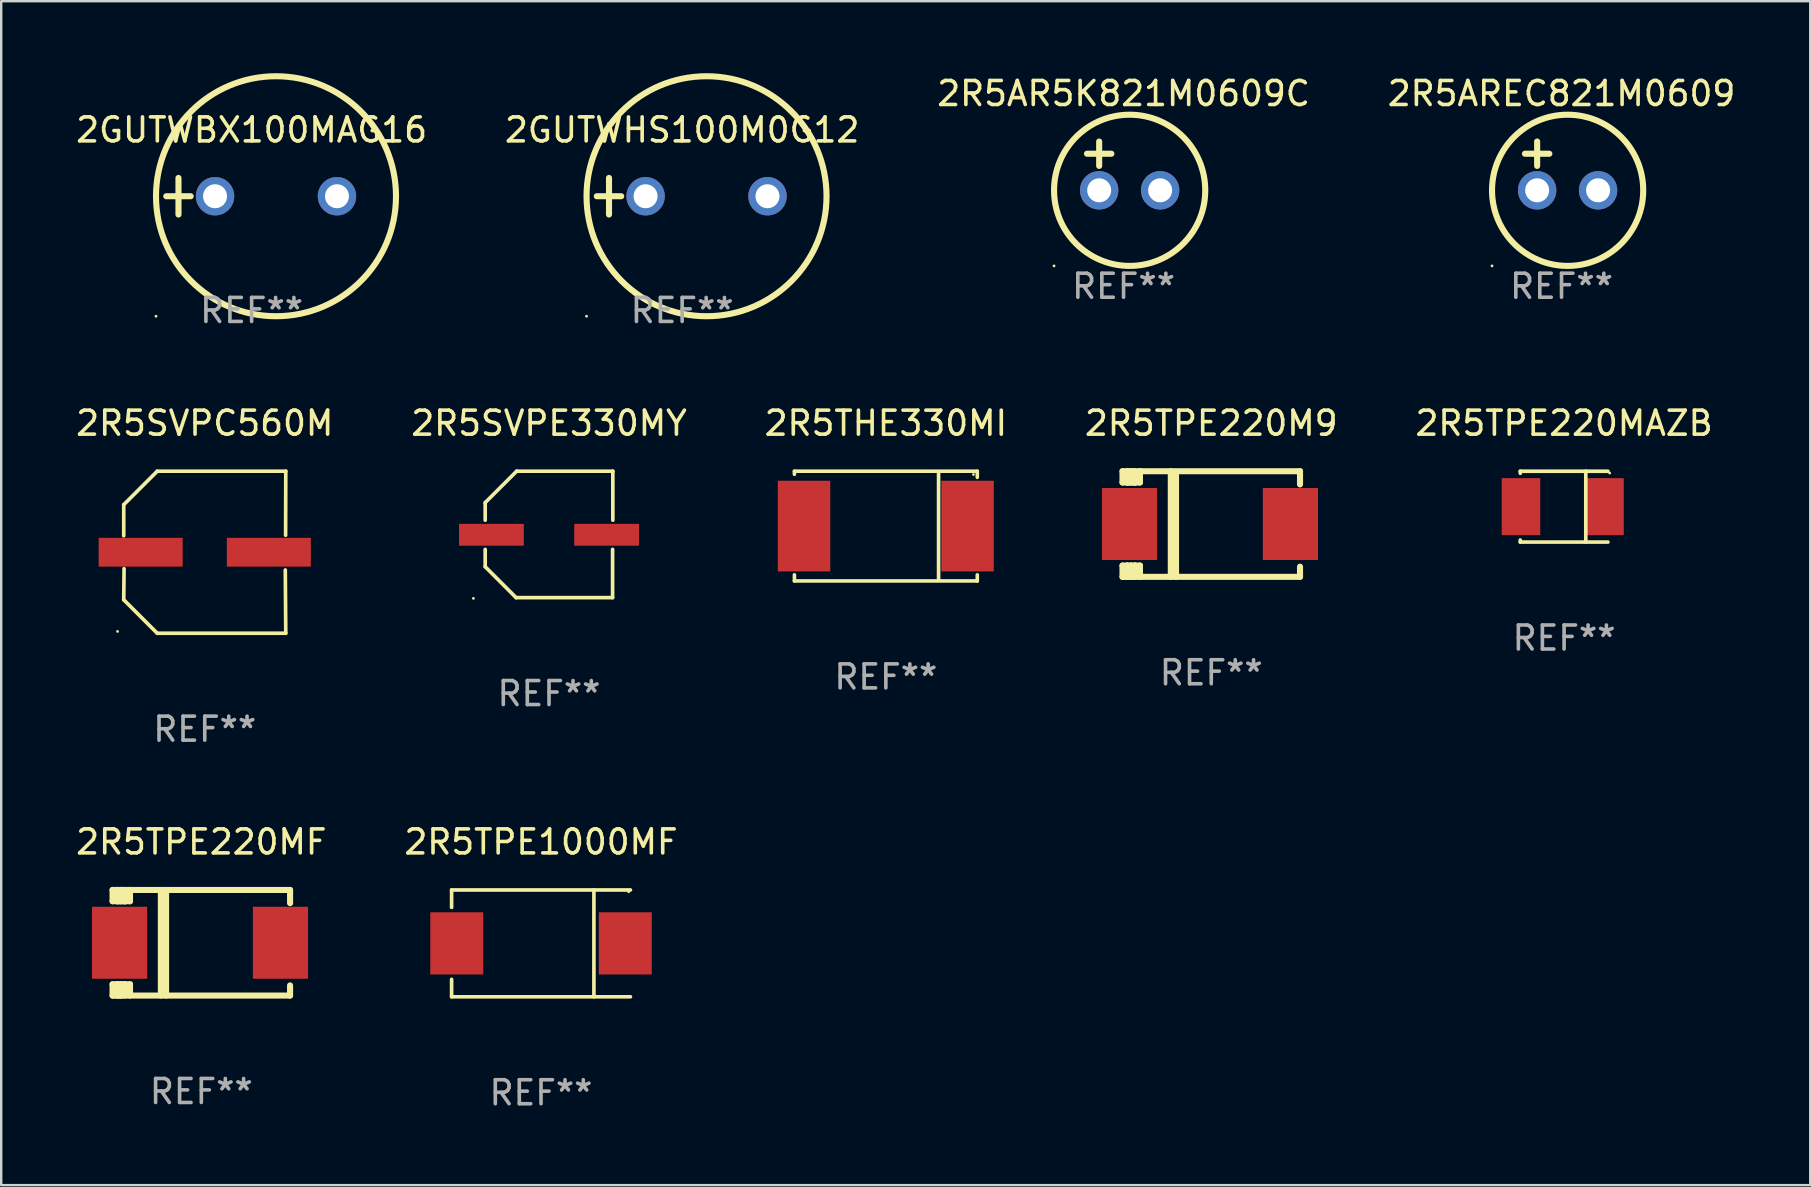
<source format=kicad_pcb>
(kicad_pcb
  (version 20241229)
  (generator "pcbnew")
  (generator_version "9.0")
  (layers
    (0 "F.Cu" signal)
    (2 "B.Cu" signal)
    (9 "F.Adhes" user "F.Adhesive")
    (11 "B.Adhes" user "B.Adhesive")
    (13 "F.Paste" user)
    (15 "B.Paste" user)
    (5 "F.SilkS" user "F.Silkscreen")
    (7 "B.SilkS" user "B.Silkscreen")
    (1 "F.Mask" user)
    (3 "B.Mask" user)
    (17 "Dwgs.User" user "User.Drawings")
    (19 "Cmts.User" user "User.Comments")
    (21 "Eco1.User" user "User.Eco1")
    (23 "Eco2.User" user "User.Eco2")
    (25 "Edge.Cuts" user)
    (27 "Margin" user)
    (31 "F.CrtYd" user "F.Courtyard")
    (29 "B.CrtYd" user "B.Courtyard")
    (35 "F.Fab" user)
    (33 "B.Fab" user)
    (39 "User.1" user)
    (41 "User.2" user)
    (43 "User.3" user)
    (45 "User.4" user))
  (footprint "2R5SVPC560M"
    (layer "F.Cu")
    (at 5.482 19.961)
    (property "Reference" "2R5SVPC560M" (at 0 -5.376 0) (layer "F.SilkS") (effects (font (size 1 1) (thickness 0.15))))
    (attr through_hole)
    (fp_line (start -3.376 -1.98) (end -3.376 -0.686) (stroke (width 0.152) (type solid)) (layer "F.SilkS"))
    (fp_line (start -3.376 1.981) (end -3.362 0.686) (stroke (width 0.152) (type solid)) (layer "F.SilkS"))
    (fp_line (start -1.981 3.376) (end -3.376 1.981) (stroke (width 0.152) (type solid)) (layer "F.SilkS"))
    (fp_line (start -1.98 -3.376) (end -3.376 -1.98) (stroke (width 0.152) (type solid)) (layer "F.SilkS"))
    (fp_line (start 3.356 0.74) (end 3.376 3.376) (stroke (width 0.152) (type solid)) (layer "F.SilkS"))
    (fp_line (start 3.369 -0.707) (end 3.376 -3.376) (stroke (width 0.152) (type solid)) (layer "F.SilkS"))
    (fp_line (start 3.376 3.376) (end -1.981 3.376) (stroke (width 0.152) (type solid)) (layer "F.SilkS"))
    (fp_line (start 3.376 -3.376) (end -1.98 -3.376) (stroke (width 0.152) (type solid)) (layer "F.SilkS"))
    (fp_circle (center -3.634 3.3) (end -3.604 3.3) (stroke (width 0.06) (type solid)) (fill no) (layer "F.SilkS"))
    (fp_text user "REF**" (at 0 7.376 0) (layer "F.Fab") (effects (font (size 1 1) (thickness 0.15))))
    (pad "1" smd rect (at -2.67 0.000254) (size 3.5 1.2) (layers "F.Cu" "F.Mask" "F.Paste"))
    (pad "2" smd rect (at 2.67 0.000254) (size 3.5 1.2) (layers "F.Cu" "F.Mask" "F.Paste")))
  (footprint "2R5TPE220M9"
    (layer "F.Cu")
    (at 47.423 18.786)
    (property "Reference" "2R5TPE220M9" (at 0 -4.2 0) (layer "F.SilkS") (effects (font (size 1 1) (thickness 0.15))))
    (attr through_hole)
    (fp_line (start -3.698 -2.2) (end -3.502 -2.2) (stroke (width 0.254) (type solid)) (layer "F.SilkS"))
    (fp_line (start -3.698 -1.731) (end -3.698 -2.2) (stroke (width 0.254) (type solid)) (layer "F.SilkS"))
    (fp_line (start -3.698 -1.731) (end -3.502 -1.731) (stroke (width 0.254) (type solid)) (layer "F.SilkS"))
    (fp_line (start -3.698 1.731) (end -3.502 1.731) (stroke (width 0.254) (type solid)) (layer "F.SilkS"))
    (fp_line (start -3.698 2.2) (end -3.698 1.731) (stroke (width 0.254) (type solid)) (layer "F.SilkS"))
    (fp_line (start -3.66 2.2) (end -3.698 2.2) (stroke (width 0.254) (type solid)) (layer "F.SilkS"))
    (fp_line (start -3.66 2.2) (end -3.346 2.2) (stroke (width 0.254) (type solid)) (layer "F.SilkS"))
    (fp_line (start -3.502 -2.2) (end 3.698 -2.2) (stroke (width 0.254) (type solid)) (layer "F.SilkS"))
    (fp_line (start -3.502 -1.731) (end -3.502 -2.2) (stroke (width 0.254) (type solid)) (layer "F.SilkS"))
    (fp_line (start -3.502 1.731) (end -3.502 1.778) (stroke (width 0.254) (type solid)) (layer "F.SilkS"))
    (fp_line (start -3.502 1.731) (end -3.178 1.731) (stroke (width 0.254) (type solid)) (layer "F.SilkS"))
    (fp_line (start -3.502 1.778) (end -3.502 1.731) (stroke (width 0.254) (type solid)) (layer "F.SilkS"))
    (fp_line (start -3.502 2.2) (end -3.502 1.778) (stroke (width 0.254) (type solid)) (layer "F.SilkS"))
    (fp_line (start -3.502 2.2) (end 3.698 2.2) (stroke (width 0.254) (type solid)) (layer "F.SilkS"))
    (fp_line (start -3.367 -2.2) (end -3.367 -1.731) (stroke (width 0.254) (type solid)) (layer "F.SilkS"))
    (fp_line (start -3.346 1.731) (end -3.346 2.2) (stroke (width 0.254) (type solid)) (layer "F.SilkS"))
    (fp_line (start -3.346 2.2) (end -3.346 2.2) (stroke (width 0.254) (type solid)) (layer "F.SilkS"))
    (fp_line (start -3.332 1.731) (end -3.346 1.731) (stroke (width 0.254) (type solid)) (layer "F.SilkS"))
    (fp_line (start -3.303 -2.2) (end -3.367 -2.2) (stroke (width 0.254) (type solid)) (layer "F.SilkS"))
    (fp_line (start -3.179 -1.731) (end -3.179 -1.731) (stroke (width 0.254) (type solid)) (layer "F.SilkS"))
    (fp_line (start -3.179 1.731) (end -3.179 2.2) (stroke (width 0.254) (type solid)) (layer "F.SilkS"))
    (fp_line (start -3.178 -1.731) (end -3.502 -1.731) (stroke (width 0.254) (type solid)) (layer "F.SilkS"))
    (fp_line (start -3.178 -1.731) (end -3.179 -1.731) (stroke (width 0.254) (type solid)) (layer "F.SilkS"))
    (fp_line (start -3.178 -1.731) (end -3.178 -2.2) (stroke (width 0.254) (type solid)) (layer "F.SilkS"))
    (fp_line (start -3.178 1.731) (end -3.178 1.731) (stroke (width 0.254) (type solid)) (layer "F.SilkS"))
    (fp_line (start -2.972 -2.2) (end -2.972 -1.731) (stroke (width 0.254) (type solid)) (layer "F.SilkS"))
    (fp_line (start -2.972 -1.731) (end -3.502 -1.731) (stroke (width 0.254) (type solid)) (layer "F.SilkS"))
    (fp_line (start -2.972 1.731) (end -3.179 1.731) (stroke (width 0.254) (type solid)) (layer "F.SilkS"))
    (fp_line (start -2.972 1.731) (end -2.972 2.2) (stroke (width 0.254) (type solid)) (layer "F.SilkS"))
    (fp_line (start -2.957 -2.2) (end -2.972 -2.2) (stroke (width 0.254) (type solid)) (layer "F.SilkS"))
    (fp_line (start -1.686 -2.2) (end -1.686 2.2) (stroke (width 0.254) (type solid)) (layer "F.SilkS"))
    (fp_line (start -1.469 -2.159) (end -1.469 2.2) (stroke (width 0.254) (type solid)) (layer "F.SilkS"))
    (fp_line (start -1.452 -2.159) (end -1.469 -2.159) (stroke (width 0.254) (type solid)) (layer "F.SilkS"))
    (fp_line (start 3.698 -2.2) (end 3.698 -1.651) (stroke (width 0.254) (type solid)) (layer "F.SilkS"))
    (fp_line (start 3.698 2.2) (end 3.698 1.778) (stroke (width 0.254) (type solid)) (layer "F.SilkS"))
    (fp_circle (center -3.552 2.15) (end -3.522 2.15) (stroke (width 0.06) (type solid)) (fill no) (layer "F.SilkS"))
    (fp_text user "REF**" (at 0 6.2 0) (layer "F.Fab") (effects (font (size 1 1) (thickness 0.15))))
    (pad "1" smd rect (at -3.407 0) (size 2.3 3) (layers "F.Cu" "F.Mask" "F.Paste"))
    (pad "2" smd rect (at 3.298 0) (size 2.3 3) (layers "F.Cu" "F.Mask" "F.Paste")))
  (footprint "2R5TPE1000MF"
    (layer "F.Cu")
    (at 19.494 36.26)
    (property "Reference" "2R5TPE1000MF" (at 0 -4.226 0) (layer "F.SilkS") (effects (font (size 1 1) (thickness 0.15))))
    (attr through_hole)
    (fp_line (start -3.726 -2.226) (end -3.726 -1.499) (stroke (width 0.152) (type solid)) (layer "F.SilkS"))
    (fp_line (start -3.726 -2.226) (end 3.726 -2.226) (stroke (width 0.152) (type solid)) (layer "F.SilkS"))
    (fp_line (start -3.726 2.226) (end -3.726 1.499) (stroke (width 0.152) (type solid)) (layer "F.SilkS"))
    (fp_line (start -3.726 2.226) (end 3.726 2.226) (stroke (width 0.152) (type solid)) (layer "F.SilkS"))
    (fp_line (start 2.204 -2.226) (end 2.204 2.226) (stroke (width 0.152) (type solid)) (layer "F.SilkS"))
    (fp_circle (center 3.65 -2.15) (end 3.68 -2.15) (stroke (width 0.06) (type solid)) (fill no) (layer "F.SilkS"))
    (fp_text user "REF**" (at 0 6.226 0) (layer "F.Fab") (effects (font (size 1 1) (thickness 0.15))))
    (pad "1" smd rect (at 3.511 0) (size 2.207 2.592) (layers "F.Cu" "F.Mask" "F.Paste"))
    (pad "2" smd rect (at -3.511 0) (size 2.207 2.592) (layers "F.Cu" "F.Mask" "F.Paste")))
  (footprint "2R5SVPE330MY"
    (layer "F.Cu")
    (at 19.827 19.219)
    (property "Reference" "2R5SVPE330MY" (at 0 -4.634 0) (layer "F.SilkS") (effects (font (size 1 1) (thickness 0.15))))
    (attr through_hole)
    (fp_line (start -2.659 -1.326) (end -2.659 -0.592) (stroke (width 0.152) (type solid)) (layer "F.SilkS"))
    (fp_line (start -2.659 1.346) (end -2.659 0.622) (stroke (width 0.152) (type solid)) (layer "F.SilkS"))
    (fp_line (start -1.372 2.634) (end -2.659 1.346) (stroke (width 0.152) (type solid)) (layer "F.SilkS"))
    (fp_line (start -1.349 -2.634) (end -2.659 -1.326) (stroke (width 0.152) (type solid)) (layer "F.SilkS"))
    (fp_line (start 2.649 0.622) (end 2.649 2.634) (stroke (width 0.152) (type solid)) (layer "F.SilkS"))
    (fp_line (start 2.649 2.634) (end -1.372 2.634) (stroke (width 0.152) (type solid)) (layer "F.SilkS"))
    (fp_line (start 2.659 -2.634) (end -1.349 -2.634) (stroke (width 0.152) (type solid)) (layer "F.SilkS"))
    (fp_line (start 2.659 -0.592) (end 2.659 -2.634) (stroke (width 0.152) (type solid)) (layer "F.SilkS"))
    (fp_circle (center -3.15 2.665) (end -3.12 2.665) (stroke (width 0.06) (type solid)) (fill no) (layer "F.SilkS"))
    (fp_text user "REF**" (at 0 6.634 0) (layer "F.Fab") (effects (font (size 1 1) (thickness 0.15))))
    (pad "1" smd rect (at -2.4 0.015) (size 2.7 0.91) (layers "F.Cu" "F.Mask" "F.Paste"))
    (pad "2" smd rect (at 2.4 0.015) (size 2.7 0.91) (layers "F.Cu" "F.Mask" "F.Paste")))
  (footprint "2GUTWBX100MAG16"
    (layer "F.Cu")
    (at 7.435 5.127)
    (property "Reference" "2GUTWBX100MAG16" (at 0 -2.762 0) (layer "F.SilkS") (effects (font (size 1 1) (thickness 0.15))))
    (attr through_hole)
    (fp_line (start -3.556 0) (end -2.54 0) (stroke (width 0.254) (type solid)) (layer "F.SilkS"))
    (fp_line (start -3.048 -0.762) (end -3.048 0.762) (stroke (width 0.254) (type solid)) (layer "F.SilkS"))
    (fp_circle (center -3.984 5) (end -3.954 5) (stroke (width 0.06) (type solid)) (fill no) (layer "F.SilkS"))
    (fp_circle (center 1.016 0) (end 6.016 0) (stroke (width 0.254) (type solid)) (fill no) (layer "F.SilkS"))
    (fp_text user "REF**" (at 0 4.762 0) (layer "F.Fab") (effects (font (size 1 1) (thickness 0.15))))
    (pad "1" thru_hole circle (at -1.524 0) (size 1.6 1.6) (drill 1) (layers "*.Cu" "*.Mask"))
    (pad "2" thru_hole circle (at 3.556 0) (size 1.6 1.6) (drill 1) (layers "*.Cu" "*.Mask")))
  (footprint "2R5TPE220MF"
    (layer "F.Cu")
    (at 5.339 36.234)
    (property "Reference" "2R5TPE220MF" (at 0 -4.2 0) (layer "F.SilkS") (effects (font (size 1 1) (thickness 0.15))))
    (attr through_hole)
    (fp_line (start -3.698 -2.2) (end -3.502 -2.2) (stroke (width 0.254) (type solid)) (layer "F.SilkS"))
    (fp_line (start -3.698 -1.731) (end -3.698 -2.2) (stroke (width 0.254) (type solid)) (layer "F.SilkS"))
    (fp_line (start -3.698 -1.731) (end -3.502 -1.731) (stroke (width 0.254) (type solid)) (layer "F.SilkS"))
    (fp_line (start -3.698 1.731) (end -3.502 1.731) (stroke (width 0.254) (type solid)) (layer "F.SilkS"))
    (fp_line (start -3.698 2.2) (end -3.698 1.731) (stroke (width 0.254) (type solid)) (layer "F.SilkS"))
    (fp_line (start -3.66 2.2) (end -3.698 2.2) (stroke (width 0.254) (type solid)) (layer "F.SilkS"))
    (fp_line (start -3.66 2.2) (end -3.346 2.2) (stroke (width 0.254) (type solid)) (layer "F.SilkS"))
    (fp_line (start -3.502 -2.2) (end 3.698 -2.2) (stroke (width 0.254) (type solid)) (layer "F.SilkS"))
    (fp_line (start -3.502 -1.731) (end -3.502 -2.2) (stroke (width 0.254) (type solid)) (layer "F.SilkS"))
    (fp_line (start -3.502 1.731) (end -3.502 1.778) (stroke (width 0.254) (type solid)) (layer "F.SilkS"))
    (fp_line (start -3.502 1.731) (end -3.178 1.731) (stroke (width 0.254) (type solid)) (layer "F.SilkS"))
    (fp_line (start -3.502 1.778) (end -3.502 1.731) (stroke (width 0.254) (type solid)) (layer "F.SilkS"))
    (fp_line (start -3.502 2.2) (end -3.502 1.778) (stroke (width 0.254) (type solid)) (layer "F.SilkS"))
    (fp_line (start -3.502 2.2) (end 3.698 2.2) (stroke (width 0.254) (type solid)) (layer "F.SilkS"))
    (fp_line (start -3.367 -2.2) (end -3.367 -1.731) (stroke (width 0.254) (type solid)) (layer "F.SilkS"))
    (fp_line (start -3.346 1.731) (end -3.346 2.2) (stroke (width 0.254) (type solid)) (layer "F.SilkS"))
    (fp_line (start -3.346 2.2) (end -3.346 2.2) (stroke (width 0.254) (type solid)) (layer "F.SilkS"))
    (fp_line (start -3.332 1.731) (end -3.346 1.731) (stroke (width 0.254) (type solid)) (layer "F.SilkS"))
    (fp_line (start -3.303 -2.2) (end -3.367 -2.2) (stroke (width 0.254) (type solid)) (layer "F.SilkS"))
    (fp_line (start -3.179 -1.731) (end -3.179 -1.731) (stroke (width 0.254) (type solid)) (layer "F.SilkS"))
    (fp_line (start -3.179 1.731) (end -3.179 2.2) (stroke (width 0.254) (type solid)) (layer "F.SilkS"))
    (fp_line (start -3.178 -1.731) (end -3.502 -1.731) (stroke (width 0.254) (type solid)) (layer "F.SilkS"))
    (fp_line (start -3.178 -1.731) (end -3.179 -1.731) (stroke (width 0.254) (type solid)) (layer "F.SilkS"))
    (fp_line (start -3.178 -1.731) (end -3.178 -2.2) (stroke (width 0.254) (type solid)) (layer "F.SilkS"))
    (fp_line (start -3.178 1.731) (end -3.178 1.731) (stroke (width 0.254) (type solid)) (layer "F.SilkS"))
    (fp_line (start -2.972 -2.2) (end -2.972 -1.731) (stroke (width 0.254) (type solid)) (layer "F.SilkS"))
    (fp_line (start -2.972 -1.731) (end -3.502 -1.731) (stroke (width 0.254) (type solid)) (layer "F.SilkS"))
    (fp_line (start -2.972 1.731) (end -3.179 1.731) (stroke (width 0.254) (type solid)) (layer "F.SilkS"))
    (fp_line (start -2.972 1.731) (end -2.972 2.2) (stroke (width 0.254) (type solid)) (layer "F.SilkS"))
    (fp_line (start -2.957 -2.2) (end -2.972 -2.2) (stroke (width 0.254) (type solid)) (layer "F.SilkS"))
    (fp_line (start -1.686 -2.2) (end -1.686 2.2) (stroke (width 0.254) (type solid)) (layer "F.SilkS"))
    (fp_line (start -1.469 -2.159) (end -1.469 2.2) (stroke (width 0.254) (type solid)) (layer "F.SilkS"))
    (fp_line (start -1.452 -2.159) (end -1.469 -2.159) (stroke (width 0.254) (type solid)) (layer "F.SilkS"))
    (fp_line (start 3.698 -2.2) (end 3.698 -1.651) (stroke (width 0.254) (type solid)) (layer "F.SilkS"))
    (fp_line (start 3.698 2.2) (end 3.698 1.778) (stroke (width 0.254) (type solid)) (layer "F.SilkS"))
    (fp_circle (center -3.552 2.15) (end -3.522 2.15) (stroke (width 0.06) (type solid)) (fill no) (layer "F.SilkS"))
    (fp_text user "REF**" (at 0 6.2 0) (layer "F.Fab") (effects (font (size 1 1) (thickness 0.15))))
    (pad "1" smd rect (at -3.407 0) (size 2.3 3) (layers "F.Cu" "F.Mask" "F.Paste"))
    (pad "2" smd rect (at 3.298 0) (size 2.3 3) (layers "F.Cu" "F.Mask" "F.Paste")))
  (footprint "2R5AREC821M0609"
    (layer "F.Cu")
    (at 62.018 3.864)
    (property "Reference" "2R5AREC821M0609" (at 0 -3.016 0) (layer "F.SilkS") (effects (font (size 1 1) (thickness 0.15))))
    (attr through_hole)
    (fp_line (start -1.524 -0.508) (end -0.508 -0.508) (stroke (width 0.254) (type solid)) (layer "F.SilkS"))
    (fp_line (start -1.016 -1.016) (end -1.016 0) (stroke (width 0.254) (type solid)) (layer "F.SilkS"))
    (fp_circle (center -2.896 4.166) (end -2.866 4.166) (stroke (width 0.06) (type solid)) (fill no) (layer "F.SilkS"))
    (fp_circle (center 0.254 1.016) (end 3.404 1.016) (stroke (width 0.254) (type solid)) (fill no) (layer "F.SilkS"))
    (fp_text user "REF**" (at 0 5.016 0) (layer "F.Fab") (effects (font (size 1 1) (thickness 0.15))))
    (pad "1" thru_hole circle (at -1.016 1.016) (size 1.6 1.6) (drill 1) (layers "*.Cu" "*.Mask"))
    (pad "2" thru_hole circle (at 1.524 1.016) (size 1.6 1.6) (drill 1) (layers "*.Cu" "*.Mask")))
  (footprint "2R5TPE220MAZB"
    (layer "F.Cu")
    (at 62.125 18.062)
    (property "Reference" "2R5TPE220MAZB" (at 0 -3.476 0) (layer "F.SilkS") (effects (font (size 1 1) (thickness 0.15))))
    (attr through_hole)
    (fp_line (start -1.826 -1.476) (end -1.826 -1.391) (stroke (width 0.152) (type solid)) (layer "F.SilkS"))
    (fp_line (start -1.826 -1.476) (end 1.826 -1.476) (stroke (width 0.152) (type solid)) (layer "F.SilkS"))
    (fp_line (start -1.826 1.476) (end -1.826 1.391) (stroke (width 0.152) (type solid)) (layer "F.SilkS"))
    (fp_line (start -1.826 1.476) (end 1.826 1.476) (stroke (width 0.152) (type solid)) (layer "F.SilkS"))
    (fp_line (start 0.904 -1.476) (end 0.904 1.476) (stroke (width 0.152) (type solid)) (layer "F.SilkS"))
    (fp_circle (center 1.899 -1.4) (end 1.929 -1.4) (stroke (width 0.06) (type solid)) (fill no) (layer "F.SilkS"))
    (fp_text user "REF**" (at 0 5.476 0) (layer "F.Fab") (effects (font (size 1 1) (thickness 0.15))))
    (pad "1" smd rect (at 1.683 0.000025) (size 1.607 2.376) (layers "F.Cu" "F.Mask" "F.Paste"))
    (pad "2" smd rect (at -1.797 0.000025) (size 1.607 2.376) (layers "F.Cu" "F.Mask" "F.Paste")))
  (footprint "2GUTWHS100M0G12"
    (layer "F.Cu")
    (at 25.375 5.127)
    (property "Reference" "2GUTWHS100M0G12" (at 0 -2.762 0) (layer "F.SilkS") (effects (font (size 1 1) (thickness 0.15))))
    (attr through_hole)
    (fp_line (start -3.556 0) (end -2.54 0) (stroke (width 0.254) (type solid)) (layer "F.SilkS"))
    (fp_line (start -3.048 -0.762) (end -3.048 0.762) (stroke (width 0.254) (type solid)) (layer "F.SilkS"))
    (fp_circle (center -3.984 5) (end -3.954 5) (stroke (width 0.06) (type solid)) (fill no) (layer "F.SilkS"))
    (fp_circle (center 1.016 0) (end 6.016 0) (stroke (width 0.254) (type solid)) (fill no) (layer "F.SilkS"))
    (fp_text user "REF**" (at 0 4.762 0) (layer "F.Fab") (effects (font (size 1 1) (thickness 0.15))))
    (pad "1" thru_hole circle (at -1.524 0) (size 1.6 1.6) (drill 1) (layers "*.Cu" "*.Mask"))
    (pad "2" thru_hole circle (at 3.556 0) (size 1.6 1.6) (drill 1) (layers "*.Cu" "*.Mask")))
  (footprint "2R5THE330MI"
    (layer "F.Cu")
    (at 33.863 18.872)
    (property "Reference" "2R5THE330MI" (at 0 -4.286 0) (layer "F.SilkS") (effects (font (size 1 1) (thickness 0.15))))
    (attr through_hole)
    (fp_line (start -3.81 -2.286) (end -3.81 -2.159) (stroke (width 0.15) (type solid)) (layer "F.SilkS"))
    (fp_line (start -3.81 2.032) (end -3.81 2.286) (stroke (width 0.15) (type solid)) (layer "F.SilkS"))
    (fp_line (start -3.81 2.286) (end 3.81 2.286) (stroke (width 0.15) (type solid)) (layer "F.SilkS"))
    (fp_line (start 2.197 -2.226) (end 2.197 2.226) (stroke (width 0.152) (type solid)) (layer "F.SilkS"))
    (fp_line (start 3.81 -2.286) (end -3.81 -2.286) (stroke (width 0.15) (type solid)) (layer "F.SilkS"))
    (fp_line (start 3.81 -2.032) (end 3.81 -2.286) (stroke (width 0.15) (type solid)) (layer "F.SilkS"))
    (fp_line (start 3.81 2.286) (end 3.81 2.032) (stroke (width 0.15) (type solid)) (layer "F.SilkS"))
    (fp_circle (center 3.65 -2.15) (end 3.68 -2.15) (stroke (width 0.06) (type solid)) (fill no) (layer "F.SilkS"))
    (fp_text user "REF**" (at 0 6.286 0) (layer "F.Fab") (effects (font (size 1 1) (thickness 0.15))))
    (pad "1" smd rect (at 3.404 0 180) (size 2.185 3.78) (layers "F.Cu" "F.Mask" "F.Paste"))
    (pad "2" smd rect (at -3.409 0 180) (size 2.185 3.78) (layers "F.Cu" "F.Mask" "F.Paste")))
  (footprint "2R5AR5K821M0609C"
    (layer "F.Cu")
    (at 43.768 3.864)
    (property "Reference" "2R5AR5K821M0609C" (at 0 -3.016 0) (layer "F.SilkS") (effects (font (size 1 1) (thickness 0.15))))
    (attr through_hole)
    (fp_line (start -1.524 -0.508) (end -0.508 -0.508) (stroke (width 0.254) (type solid)) (layer "F.SilkS"))
    (fp_line (start -1.016 -1.016) (end -1.016 0) (stroke (width 0.254) (type solid)) (layer "F.SilkS"))
    (fp_circle (center -2.896 4.166) (end -2.866 4.166) (stroke (width 0.06) (type solid)) (fill no) (layer "F.SilkS"))
    (fp_circle (center 0.254 1.016) (end 3.404 1.016) (stroke (width 0.254) (type solid)) (fill no) (layer "F.SilkS"))
    (fp_text user "REF**" (at 0 5.016 0) (layer "F.Fab") (effects (font (size 1 1) (thickness 0.15))))
    (pad "1" thru_hole circle (at -1.016 1.016) (size 1.6 1.6) (drill 1) (layers "*.Cu" "*.Mask"))
    (pad "2" thru_hole circle (at 1.524 1.016) (size 1.6 1.6) (drill 1) (layers "*.Cu" "*.Mask")))
  (gr_rect
    (start -3 -3)
    (end 72.381 46.335)
    (stroke (width 0.1) (type default))
    (fill no)
    (layer "Edge.Cuts")))
</source>
